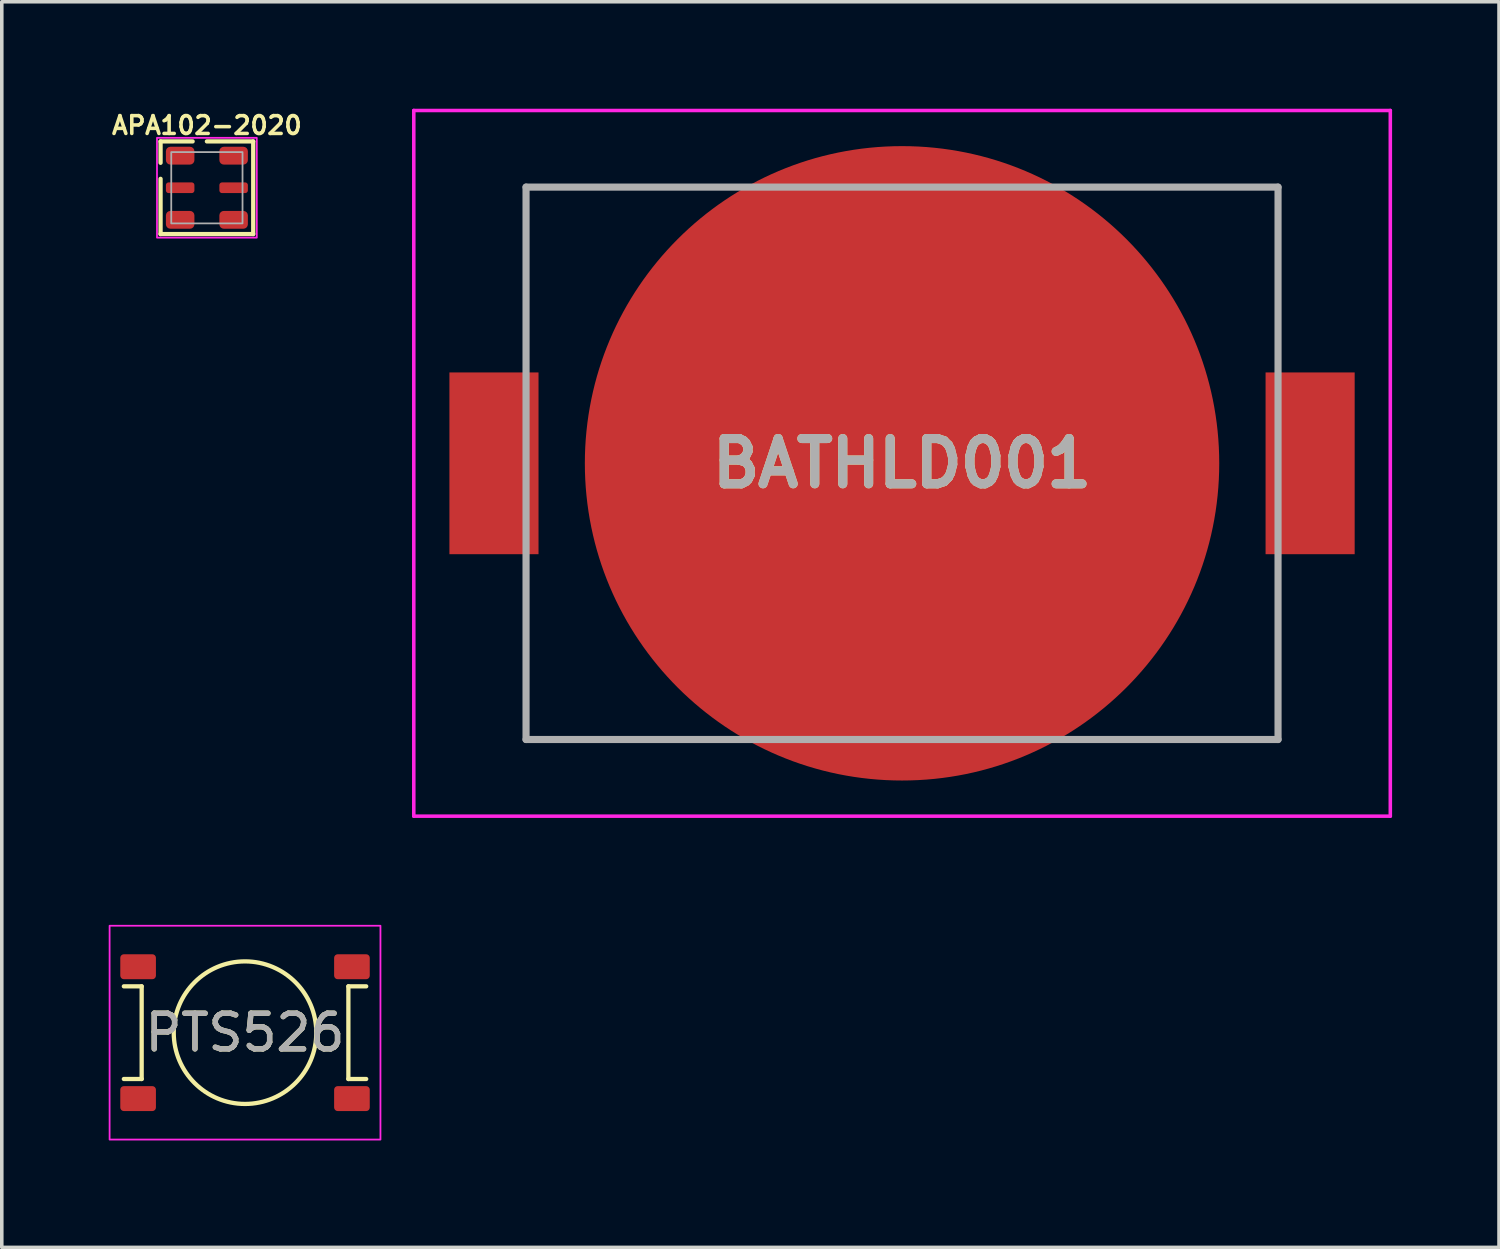
<source format=kicad_pcb>
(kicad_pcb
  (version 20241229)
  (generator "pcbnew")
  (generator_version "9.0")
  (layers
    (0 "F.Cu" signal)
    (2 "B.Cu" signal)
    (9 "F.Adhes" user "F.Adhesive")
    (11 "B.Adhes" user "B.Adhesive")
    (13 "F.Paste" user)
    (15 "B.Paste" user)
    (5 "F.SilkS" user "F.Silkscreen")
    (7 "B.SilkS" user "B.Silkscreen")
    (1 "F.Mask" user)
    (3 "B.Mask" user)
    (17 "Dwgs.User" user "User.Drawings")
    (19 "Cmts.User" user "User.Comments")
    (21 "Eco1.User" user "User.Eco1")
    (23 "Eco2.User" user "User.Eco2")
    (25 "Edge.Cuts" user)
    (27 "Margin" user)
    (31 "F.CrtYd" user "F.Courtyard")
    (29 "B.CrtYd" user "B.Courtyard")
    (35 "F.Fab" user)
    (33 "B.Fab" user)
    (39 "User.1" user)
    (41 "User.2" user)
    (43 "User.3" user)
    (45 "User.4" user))
  (footprint "BATHLD001"
    (layer "F.Cu")
    (at 22.26 9.95)
    (property "Reference" "BATHLD001" (at 0 0 0) (layer "F.SilkS") (effects (font (size 1.27 1.27) (thickness 0.254))))
    (attr smd)
    (fp_line (start -10.55 -7.75) (end -5 -7.75) (stroke (width 0.1) (type solid)) (layer "F.SilkS"))
    (fp_line (start -10.55 -3) (end -10.55 -7.75) (stroke (width 0.1) (type solid)) (layer "F.SilkS"))
    (fp_line (start -10.55 3) (end -10.55 7.75) (stroke (width 0.1) (type solid)) (layer "F.SilkS"))
    (fp_line (start -10.55 7.75) (end -5.5 7.75) (stroke (width 0.1) (type solid)) (layer "F.SilkS"))
    (fp_line (start 5 -7.75) (end 10.55 -7.75) (stroke (width 0.1) (type solid)) (layer "F.SilkS"))
    (fp_line (start 5 7.75) (end 10.55 7.75) (stroke (width 0.1) (type solid)) (layer "F.SilkS"))
    (fp_line (start 10.55 -7.75) (end 10.55 -3) (stroke (width 0.1) (type solid)) (layer "F.SilkS"))
    (fp_line (start 10.55 7.75) (end 10.55 3) (stroke (width 0.1) (type solid)) (layer "F.SilkS"))
    (fp_line (start -13.7 -9.9) (end 13.7 -9.9) (stroke (width 0.1) (type solid)) (layer "F.CrtYd"))
    (fp_line (start -13.7 9.9) (end -13.7 -9.9) (stroke (width 0.1) (type solid)) (layer "F.CrtYd"))
    (fp_line (start 13.7 -9.9) (end 13.7 9.9) (stroke (width 0.1) (type solid)) (layer "F.CrtYd"))
    (fp_line (start 13.7 9.9) (end -13.7 9.9) (stroke (width 0.1) (type solid)) (layer "F.CrtYd"))
    (fp_line (start -10.55 -7.75) (end 10.55 -7.75) (stroke (width 0.2) (type solid)) (layer "F.Fab"))
    (fp_line (start -10.55 7.75) (end -10.55 -7.75) (stroke (width 0.2) (type solid)) (layer "F.Fab"))
    (fp_line (start 10.55 -7.75) (end 10.55 7.75) (stroke (width 0.2) (type solid)) (layer "F.Fab"))
    (fp_line (start 10.55 7.75) (end -10.55 7.75) (stroke (width 0.2) (type solid)) (layer "F.Fab"))
    (fp_text user "${REFERENCE}" (at 0 0 0) (layer "F.Fab") (effects (font (size 1.27 1.27) (thickness 0.254))))
    (pad "1" smd rect (at 11.45 0) (size 2.5 5.1) (layers "F.Cu" "F.Mask" "F.Paste"))
    (pad "2" smd rect (at -11.45 0) (size 2.5 5.1) (layers "F.Cu" "F.Mask" "F.Paste"))
    (pad "3" smd circle (at 0 0 90) (size 17.8 17.8) (layers "F.Cu" "F.Mask" "F.Paste")))
  (footprint "APA102-2020"
    (layer "F.Cu")
    (at 2.755 2.218)
    (property "Reference" "APA102-2020" (at 0 -1.75 0) (unlocked yes) (layer "F.SilkS") (effects (font (size 0.5 0.5) (thickness 0.1))))
    (attr smd)
    (fp_line (start -1.3 -1.3) (end -1.3 -0.7) (stroke (width 0.12) (type solid)) (layer "F.SilkS"))
    (fp_line (start -1.3 -1.3) (end -0.4 -1.3) (stroke (width 0.12) (type solid)) (layer "F.SilkS"))
    (fp_line (start -1.3 -0.25) (end -1.3 1.3) (stroke (width 0.12) (type solid)) (layer "F.SilkS"))
    (fp_line (start -1.3 1.3) (end 1.3 1.3) (stroke (width 0.12) (type solid)) (layer "F.SilkS"))
    (fp_line (start 1.3 -1.3) (end 0 -1.3) (stroke (width 0.12) (type solid)) (layer "F.SilkS"))
    (fp_line (start 1.3 1.3) (end 1.3 -1.3) (stroke (width 0.12) (type solid)) (layer "F.SilkS"))
    (fp_rect (start -1.4 -1.4) (end 1.4 1.4) (stroke (width 0.05) (type solid)) (fill no) (layer "F.CrtYd"))
    (fp_rect (start -1 -1) (end 1 1) (stroke (width 0.05) (type solid)) (fill no) (layer "F.Fab"))
    (pad "1" smd roundrect (at -0.75 -0.9) (size 0.8 0.5) (layers "F.Cu" "F.Mask" "F.Paste") (roundrect_rratio 0.25))
    (pad "2" smd roundrect (at -0.75 0) (size 0.8 0.3) (layers "F.Cu" "F.Mask" "F.Paste") (roundrect_rratio 0.25))
    (pad "3" smd roundrect (at -0.75 0.9) (size 0.8 0.5) (layers "F.Cu" "F.Mask" "F.Paste") (roundrect_rratio 0.25))
    (pad "4" smd roundrect (at 0.75 0.9) (size 0.8 0.5) (layers "F.Cu" "F.Mask" "F.Paste") (roundrect_rratio 0.25))
    (pad "5" smd roundrect (at 0.75 0) (size 0.8 0.3) (layers "F.Cu" "F.Mask" "F.Paste") (roundrect_rratio 0.25))
    (pad "6" smd roundrect (at 0.75 -0.9) (size 0.8 0.5) (layers "F.Cu" "F.Mask" "F.Paste") (roundrect_rratio 0.25)))
  (footprint "PTS526"
    (layer "F.Cu")
    (at 3.825 25.925)
    (property "Reference" "PTS526" (at 0 0 0) (unlocked yes) (layer "F.SilkS") (effects (font (size 1 1) (thickness 0.15))))
    (attr smd)
    (fp_line (start -3.4 -1.3) (end -2.9 -1.3) (stroke (width 0.12) (type solid)) (layer "F.SilkS"))
    (fp_line (start -3.4 1.3) (end -2.9 1.3) (stroke (width 0.12) (type solid)) (layer "F.SilkS"))
    (fp_line (start -2.9 -1.3) (end -2.9 1.3) (stroke (width 0.12) (type solid)) (layer "F.SilkS"))
    (fp_line (start 2.9 -1.3) (end 2.9 1.3) (stroke (width 0.12) (type solid)) (layer "F.SilkS"))
    (fp_line (start 3.4 -1.3) (end 2.9 -1.3) (stroke (width 0.12) (type solid)) (layer "F.SilkS"))
    (fp_line (start 3.4 1.3) (end 2.9 1.3) (stroke (width 0.12) (type solid)) (layer "F.SilkS"))
    (fp_circle (center 0 0) (end 0 -2) (stroke (width 0.12) (type solid)) (fill no) (layer "F.SilkS"))
    (fp_rect (start -3.8 -3) (end 3.8 3) (stroke (width 0.05) (type solid)) (fill no) (layer "F.CrtYd"))
    (fp_text user "${REFERENCE}" (at 0 0 0) (unlocked yes) (layer "F.Fab") (effects (font (size 1 1) (thickness 0.15))))
    (pad "1" smd roundrect (at -3 -1.85) (size 1 0.7) (layers "F.Cu" "F.Mask" "F.Paste") (roundrect_rratio 0.143))
    (pad "1" smd roundrect (at 3 -1.85) (size 1 0.7) (layers "F.Cu" "F.Mask" "F.Paste") (roundrect_rratio 0.143))
    (pad "2" smd roundrect (at -3 1.85) (size 1 0.7) (layers "F.Cu" "F.Mask" "F.Paste") (roundrect_rratio 0.143))
    (pad "2" smd roundrect (at 3 1.85) (size 1 0.7) (layers "F.Cu" "F.Mask" "F.Paste") (roundrect_rratio 0.143)))
  (gr_rect
    (start -3 -3)
    (end 39.01 31.95)
    (stroke (width 0.1) (type default))
    (fill no)
    (layer "Edge.Cuts")))
</source>
